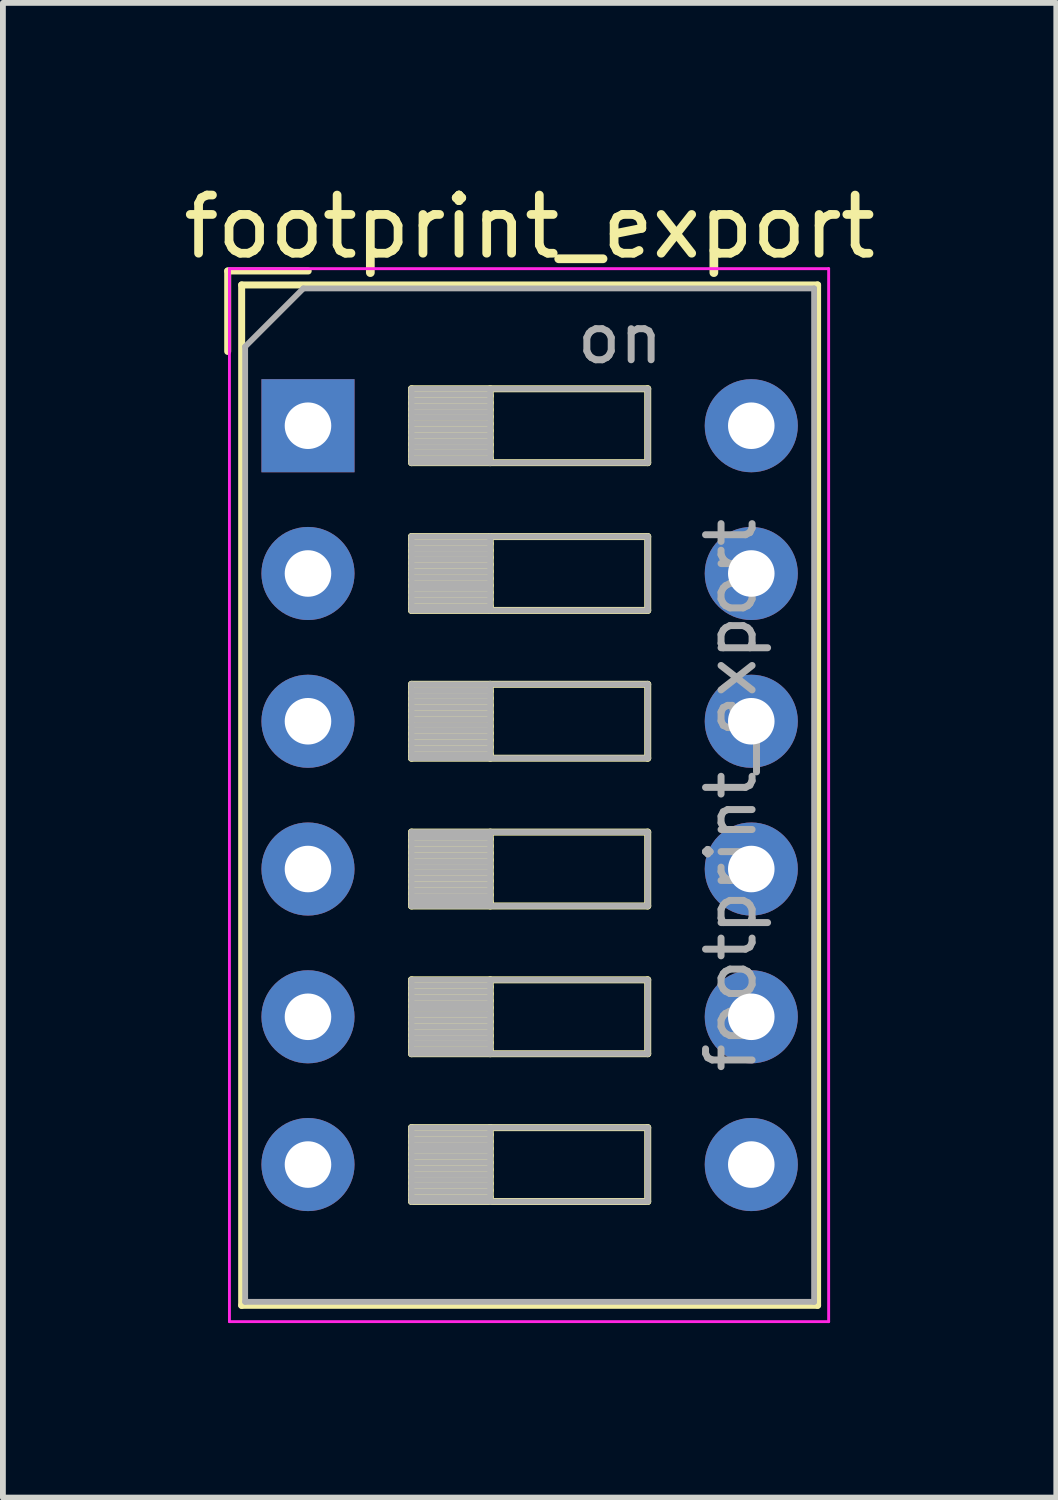
<source format=kicad_pcb>
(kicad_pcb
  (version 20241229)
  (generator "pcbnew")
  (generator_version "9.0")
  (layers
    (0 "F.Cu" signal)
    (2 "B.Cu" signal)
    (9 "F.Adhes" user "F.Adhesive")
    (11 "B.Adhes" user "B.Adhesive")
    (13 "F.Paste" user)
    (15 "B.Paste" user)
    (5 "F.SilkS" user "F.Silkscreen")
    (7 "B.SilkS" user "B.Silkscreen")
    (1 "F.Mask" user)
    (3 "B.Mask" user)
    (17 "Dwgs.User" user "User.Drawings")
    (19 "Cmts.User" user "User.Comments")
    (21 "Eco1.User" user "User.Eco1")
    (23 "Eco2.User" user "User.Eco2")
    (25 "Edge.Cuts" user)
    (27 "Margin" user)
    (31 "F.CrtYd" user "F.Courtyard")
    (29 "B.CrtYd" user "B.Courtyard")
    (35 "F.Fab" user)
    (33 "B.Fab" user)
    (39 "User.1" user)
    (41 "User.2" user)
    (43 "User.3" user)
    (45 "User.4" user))
  (footprint "footprint_export"
    (layer "F.Cu")
    (at 2.244 4.268)
    (property "Reference" "footprint_export" (at 3.81 -3.42 0) (layer "F.SilkS") (effects (font (size 1 1) (thickness 0.15))))
    (attr through_hole)
    (fp_line (start -1.38 -2.66) (end -1.38 -1.277) (stroke (width 0.12) (type solid)) (layer "F.SilkS"))
    (fp_line (start -1.38 -2.66) (end 0.004 -2.66) (stroke (width 0.12) (type solid)) (layer "F.SilkS"))
    (fp_line (start -1.14 -2.42) (end -1.14 15.12) (stroke (width 0.12) (type solid)) (layer "F.SilkS"))
    (fp_line (start -1.14 -2.42) (end 8.76 -2.42) (stroke (width 0.12) (type solid)) (layer "F.SilkS"))
    (fp_line (start -1.14 15.12) (end 8.76 15.12) (stroke (width 0.12) (type solid)) (layer "F.SilkS"))
    (fp_line (start 1.78 -0.635) (end 1.78 0.635) (stroke (width 0.12) (type solid)) (layer "F.SilkS"))
    (fp_line (start 1.78 -0.515) (end 3.133 -0.515) (stroke (width 0.12) (type solid)) (layer "F.SilkS"))
    (fp_line (start 1.78 -0.395) (end 3.133 -0.395) (stroke (width 0.12) (type solid)) (layer "F.SilkS"))
    (fp_line (start 1.78 -0.275) (end 3.133 -0.275) (stroke (width 0.12) (type solid)) (layer "F.SilkS"))
    (fp_line (start 1.78 -0.155) (end 3.133 -0.155) (stroke (width 0.12) (type solid)) (layer "F.SilkS"))
    (fp_line (start 1.78 -0.035) (end 3.133 -0.035) (stroke (width 0.12) (type solid)) (layer "F.SilkS"))
    (fp_line (start 1.78 0.085) (end 3.133 0.085) (stroke (width 0.12) (type solid)) (layer "F.SilkS"))
    (fp_line (start 1.78 0.205) (end 3.133 0.205) (stroke (width 0.12) (type solid)) (layer "F.SilkS"))
    (fp_line (start 1.78 0.325) (end 3.133 0.325) (stroke (width 0.12) (type solid)) (layer "F.SilkS"))
    (fp_line (start 1.78 0.445) (end 3.133 0.445) (stroke (width 0.12) (type solid)) (layer "F.SilkS"))
    (fp_line (start 1.78 0.565) (end 3.133 0.565) (stroke (width 0.12) (type solid)) (layer "F.SilkS"))
    (fp_line (start 1.78 0.635) (end 5.84 0.635) (stroke (width 0.12) (type solid)) (layer "F.SilkS"))
    (fp_line (start 1.78 1.905) (end 1.78 3.175) (stroke (width 0.12) (type solid)) (layer "F.SilkS"))
    (fp_line (start 1.78 2.025) (end 3.133 2.025) (stroke (width 0.12) (type solid)) (layer "F.SilkS"))
    (fp_line (start 1.78 2.145) (end 3.133 2.145) (stroke (width 0.12) (type solid)) (layer "F.SilkS"))
    (fp_line (start 1.78 2.265) (end 3.133 2.265) (stroke (width 0.12) (type solid)) (layer "F.SilkS"))
    (fp_line (start 1.78 2.385) (end 3.133 2.385) (stroke (width 0.12) (type solid)) (layer "F.SilkS"))
    (fp_line (start 1.78 2.505) (end 3.133 2.505) (stroke (width 0.12) (type solid)) (layer "F.SilkS"))
    (fp_line (start 1.78 2.625) (end 3.133 2.625) (stroke (width 0.12) (type solid)) (layer "F.SilkS"))
    (fp_line (start 1.78 2.745) (end 3.133 2.745) (stroke (width 0.12) (type solid)) (layer "F.SilkS"))
    (fp_line (start 1.78 2.865) (end 3.133 2.865) (stroke (width 0.12) (type solid)) (layer "F.SilkS"))
    (fp_line (start 1.78 2.985) (end 3.133 2.985) (stroke (width 0.12) (type solid)) (layer "F.SilkS"))
    (fp_line (start 1.78 3.105) (end 3.133 3.105) (stroke (width 0.12) (type solid)) (layer "F.SilkS"))
    (fp_line (start 1.78 3.175) (end 5.84 3.175) (stroke (width 0.12) (type solid)) (layer "F.SilkS"))
    (fp_line (start 1.78 4.445) (end 1.78 5.715) (stroke (width 0.12) (type solid)) (layer "F.SilkS"))
    (fp_line (start 1.78 4.565) (end 3.133 4.565) (stroke (width 0.12) (type solid)) (layer "F.SilkS"))
    (fp_line (start 1.78 4.685) (end 3.133 4.685) (stroke (width 0.12) (type solid)) (layer "F.SilkS"))
    (fp_line (start 1.78 4.805) (end 3.133 4.805) (stroke (width 0.12) (type solid)) (layer "F.SilkS"))
    (fp_line (start 1.78 4.925) (end 3.133 4.925) (stroke (width 0.12) (type solid)) (layer "F.SilkS"))
    (fp_line (start 1.78 5.045) (end 3.133 5.045) (stroke (width 0.12) (type solid)) (layer "F.SilkS"))
    (fp_line (start 1.78 5.165) (end 3.133 5.165) (stroke (width 0.12) (type solid)) (layer "F.SilkS"))
    (fp_line (start 1.78 5.285) (end 3.133 5.285) (stroke (width 0.12) (type solid)) (layer "F.SilkS"))
    (fp_line (start 1.78 5.405) (end 3.133 5.405) (stroke (width 0.12) (type solid)) (layer "F.SilkS"))
    (fp_line (start 1.78 5.525) (end 3.133 5.525) (stroke (width 0.12) (type solid)) (layer "F.SilkS"))
    (fp_line (start 1.78 5.645) (end 3.133 5.645) (stroke (width 0.12) (type solid)) (layer "F.SilkS"))
    (fp_line (start 1.78 5.715) (end 5.84 5.715) (stroke (width 0.12) (type solid)) (layer "F.SilkS"))
    (fp_line (start 1.78 6.985) (end 1.78 8.255) (stroke (width 0.12) (type solid)) (layer "F.SilkS"))
    (fp_line (start 1.78 7.105) (end 3.133 7.105) (stroke (width 0.12) (type solid)) (layer "F.SilkS"))
    (fp_line (start 1.78 7.225) (end 3.133 7.225) (stroke (width 0.12) (type solid)) (layer "F.SilkS"))
    (fp_line (start 1.78 7.345) (end 3.133 7.345) (stroke (width 0.12) (type solid)) (layer "F.SilkS"))
    (fp_line (start 1.78 7.465) (end 3.133 7.465) (stroke (width 0.12) (type solid)) (layer "F.SilkS"))
    (fp_line (start 1.78 7.585) (end 3.133 7.585) (stroke (width 0.12) (type solid)) (layer "F.SilkS"))
    (fp_line (start 1.78 7.705) (end 3.133 7.705) (stroke (width 0.12) (type solid)) (layer "F.SilkS"))
    (fp_line (start 1.78 7.825) (end 3.133 7.825) (stroke (width 0.12) (type solid)) (layer "F.SilkS"))
    (fp_line (start 1.78 7.945) (end 3.133 7.945) (stroke (width 0.12) (type solid)) (layer "F.SilkS"))
    (fp_line (start 1.78 8.065) (end 3.133 8.065) (stroke (width 0.12) (type solid)) (layer "F.SilkS"))
    (fp_line (start 1.78 8.185) (end 3.133 8.185) (stroke (width 0.12) (type solid)) (layer "F.SilkS"))
    (fp_line (start 1.78 8.255) (end 5.84 8.255) (stroke (width 0.12) (type solid)) (layer "F.SilkS"))
    (fp_line (start 1.78 9.525) (end 1.78 10.795) (stroke (width 0.12) (type solid)) (layer "F.SilkS"))
    (fp_line (start 1.78 9.645) (end 3.133 9.645) (stroke (width 0.12) (type solid)) (layer "F.SilkS"))
    (fp_line (start 1.78 9.765) (end 3.133 9.765) (stroke (width 0.12) (type solid)) (layer "F.SilkS"))
    (fp_line (start 1.78 9.885) (end 3.133 9.885) (stroke (width 0.12) (type solid)) (layer "F.SilkS"))
    (fp_line (start 1.78 10.005) (end 3.133 10.005) (stroke (width 0.12) (type solid)) (layer "F.SilkS"))
    (fp_line (start 1.78 10.125) (end 3.133 10.125) (stroke (width 0.12) (type solid)) (layer "F.SilkS"))
    (fp_line (start 1.78 10.245) (end 3.133 10.245) (stroke (width 0.12) (type solid)) (layer "F.SilkS"))
    (fp_line (start 1.78 10.365) (end 3.133 10.365) (stroke (width 0.12) (type solid)) (layer "F.SilkS"))
    (fp_line (start 1.78 10.485) (end 3.133 10.485) (stroke (width 0.12) (type solid)) (layer "F.SilkS"))
    (fp_line (start 1.78 10.605) (end 3.133 10.605) (stroke (width 0.12) (type solid)) (layer "F.SilkS"))
    (fp_line (start 1.78 10.725) (end 3.133 10.725) (stroke (width 0.12) (type solid)) (layer "F.SilkS"))
    (fp_line (start 1.78 10.795) (end 5.84 10.795) (stroke (width 0.12) (type solid)) (layer "F.SilkS"))
    (fp_line (start 1.78 12.065) (end 1.78 13.335) (stroke (width 0.12) (type solid)) (layer "F.SilkS"))
    (fp_line (start 1.78 12.185) (end 3.133 12.185) (stroke (width 0.12) (type solid)) (layer "F.SilkS"))
    (fp_line (start 1.78 12.305) (end 3.133 12.305) (stroke (width 0.12) (type solid)) (layer "F.SilkS"))
    (fp_line (start 1.78 12.425) (end 3.133 12.425) (stroke (width 0.12) (type solid)) (layer "F.SilkS"))
    (fp_line (start 1.78 12.545) (end 3.133 12.545) (stroke (width 0.12) (type solid)) (layer "F.SilkS"))
    (fp_line (start 1.78 12.665) (end 3.133 12.665) (stroke (width 0.12) (type solid)) (layer "F.SilkS"))
    (fp_line (start 1.78 12.785) (end 3.133 12.785) (stroke (width 0.12) (type solid)) (layer "F.SilkS"))
    (fp_line (start 1.78 12.905) (end 3.133 12.905) (stroke (width 0.12) (type solid)) (layer "F.SilkS"))
    (fp_line (start 1.78 13.025) (end 3.133 13.025) (stroke (width 0.12) (type solid)) (layer "F.SilkS"))
    (fp_line (start 1.78 13.145) (end 3.133 13.145) (stroke (width 0.12) (type solid)) (layer "F.SilkS"))
    (fp_line (start 1.78 13.265) (end 3.133 13.265) (stroke (width 0.12) (type solid)) (layer "F.SilkS"))
    (fp_line (start 1.78 13.335) (end 5.84 13.335) (stroke (width 0.12) (type solid)) (layer "F.SilkS"))
    (fp_line (start 3.133 -0.635) (end 3.133 0.635) (stroke (width 0.12) (type solid)) (layer "F.SilkS"))
    (fp_line (start 3.133 1.905) (end 3.133 3.175) (stroke (width 0.12) (type solid)) (layer "F.SilkS"))
    (fp_line (start 3.133 4.445) (end 3.133 5.715) (stroke (width 0.12) (type solid)) (layer "F.SilkS"))
    (fp_line (start 3.133 6.985) (end 3.133 8.255) (stroke (width 0.12) (type solid)) (layer "F.SilkS"))
    (fp_line (start 3.133 9.525) (end 3.133 10.795) (stroke (width 0.12) (type solid)) (layer "F.SilkS"))
    (fp_line (start 3.133 12.065) (end 3.133 13.335) (stroke (width 0.12) (type solid)) (layer "F.SilkS"))
    (fp_line (start 5.84 -0.635) (end 1.78 -0.635) (stroke (width 0.12) (type solid)) (layer "F.SilkS"))
    (fp_line (start 5.84 0.635) (end 5.84 -0.635) (stroke (width 0.12) (type solid)) (layer "F.SilkS"))
    (fp_line (start 5.84 1.905) (end 1.78 1.905) (stroke (width 0.12) (type solid)) (layer "F.SilkS"))
    (fp_line (start 5.84 3.175) (end 5.84 1.905) (stroke (width 0.12) (type solid)) (layer "F.SilkS"))
    (fp_line (start 5.84 4.445) (end 1.78 4.445) (stroke (width 0.12) (type solid)) (layer "F.SilkS"))
    (fp_line (start 5.84 5.715) (end 5.84 4.445) (stroke (width 0.12) (type solid)) (layer "F.SilkS"))
    (fp_line (start 5.84 6.985) (end 1.78 6.985) (stroke (width 0.12) (type solid)) (layer "F.SilkS"))
    (fp_line (start 5.84 8.255) (end 5.84 6.985) (stroke (width 0.12) (type solid)) (layer "F.SilkS"))
    (fp_line (start 5.84 9.525) (end 1.78 9.525) (stroke (width 0.12) (type solid)) (layer "F.SilkS"))
    (fp_line (start 5.84 10.795) (end 5.84 9.525) (stroke (width 0.12) (type solid)) (layer "F.SilkS"))
    (fp_line (start 5.84 12.065) (end 1.78 12.065) (stroke (width 0.12) (type solid)) (layer "F.SilkS"))
    (fp_line (start 5.84 13.335) (end 5.84 12.065) (stroke (width 0.12) (type solid)) (layer "F.SilkS"))
    (fp_line (start 8.76 -2.42) (end 8.76 15.12) (stroke (width 0.12) (type solid)) (layer "F.SilkS"))
    (fp_line (start -1.35 -2.7) (end -1.35 15.4) (stroke (width 0.05) (type solid)) (layer "F.CrtYd"))
    (fp_line (start -1.35 15.4) (end 8.95 15.4) (stroke (width 0.05) (type solid)) (layer "F.CrtYd"))
    (fp_line (start 8.95 -2.7) (end -1.35 -2.7) (stroke (width 0.05) (type solid)) (layer "F.CrtYd"))
    (fp_line (start 8.95 15.4) (end 8.95 -2.7) (stroke (width 0.05) (type solid)) (layer "F.CrtYd"))
    (fp_line (start -1.08 -1.36) (end -0.08 -2.36) (stroke (width 0.1) (type solid)) (layer "F.Fab"))
    (fp_line (start -1.08 15.06) (end -1.08 -1.36) (stroke (width 0.1) (type solid)) (layer "F.Fab"))
    (fp_line (start -0.08 -2.36) (end 8.7 -2.36) (stroke (width 0.1) (type solid)) (layer "F.Fab"))
    (fp_line (start 1.78 -0.635) (end 1.78 0.635) (stroke (width 0.1) (type solid)) (layer "F.Fab"))
    (fp_line (start 1.78 -0.535) (end 3.133 -0.535) (stroke (width 0.1) (type solid)) (layer "F.Fab"))
    (fp_line (start 1.78 -0.435) (end 3.133 -0.435) (stroke (width 0.1) (type solid)) (layer "F.Fab"))
    (fp_line (start 1.78 -0.335) (end 3.133 -0.335) (stroke (width 0.1) (type solid)) (layer "F.Fab"))
    (fp_line (start 1.78 -0.235) (end 3.133 -0.235) (stroke (width 0.1) (type solid)) (layer "F.Fab"))
    (fp_line (start 1.78 -0.135) (end 3.133 -0.135) (stroke (width 0.1) (type solid)) (layer "F.Fab"))
    (fp_line (start 1.78 -0.035) (end 3.133 -0.035) (stroke (width 0.1) (type solid)) (layer "F.Fab"))
    (fp_line (start 1.78 0.065) (end 3.133 0.065) (stroke (width 0.1) (type solid)) (layer "F.Fab"))
    (fp_line (start 1.78 0.165) (end 3.133 0.165) (stroke (width 0.1) (type solid)) (layer "F.Fab"))
    (fp_line (start 1.78 0.265) (end 3.133 0.265) (stroke (width 0.1) (type solid)) (layer "F.Fab"))
    (fp_line (start 1.78 0.365) (end 3.133 0.365) (stroke (width 0.1) (type solid)) (layer "F.Fab"))
    (fp_line (start 1.78 0.465) (end 3.133 0.465) (stroke (width 0.1) (type solid)) (layer "F.Fab"))
    (fp_line (start 1.78 0.565) (end 3.133 0.565) (stroke (width 0.1) (type solid)) (layer "F.Fab"))
    (fp_line (start 1.78 0.635) (end 5.84 0.635) (stroke (width 0.1) (type solid)) (layer "F.Fab"))
    (fp_line (start 1.78 1.905) (end 1.78 3.175) (stroke (width 0.1) (type solid)) (layer "F.Fab"))
    (fp_line (start 1.78 2.005) (end 3.133 2.005) (stroke (width 0.1) (type solid)) (layer "F.Fab"))
    (fp_line (start 1.78 2.105) (end 3.133 2.105) (stroke (width 0.1) (type solid)) (layer "F.Fab"))
    (fp_line (start 1.78 2.205) (end 3.133 2.205) (stroke (width 0.1) (type solid)) (layer "F.Fab"))
    (fp_line (start 1.78 2.305) (end 3.133 2.305) (stroke (width 0.1) (type solid)) (layer "F.Fab"))
    (fp_line (start 1.78 2.405) (end 3.133 2.405) (stroke (width 0.1) (type solid)) (layer "F.Fab"))
    (fp_line (start 1.78 2.505) (end 3.133 2.505) (stroke (width 0.1) (type solid)) (layer "F.Fab"))
    (fp_line (start 1.78 2.605) (end 3.133 2.605) (stroke (width 0.1) (type solid)) (layer "F.Fab"))
    (fp_line (start 1.78 2.705) (end 3.133 2.705) (stroke (width 0.1) (type solid)) (layer "F.Fab"))
    (fp_line (start 1.78 2.805) (end 3.133 2.805) (stroke (width 0.1) (type solid)) (layer "F.Fab"))
    (fp_line (start 1.78 2.905) (end 3.133 2.905) (stroke (width 0.1) (type solid)) (layer "F.Fab"))
    (fp_line (start 1.78 3.005) (end 3.133 3.005) (stroke (width 0.1) (type solid)) (layer "F.Fab"))
    (fp_line (start 1.78 3.105) (end 3.133 3.105) (stroke (width 0.1) (type solid)) (layer "F.Fab"))
    (fp_line (start 1.78 3.175) (end 5.84 3.175) (stroke (width 0.1) (type solid)) (layer "F.Fab"))
    (fp_line (start 1.78 4.445) (end 1.78 5.715) (stroke (width 0.1) (type solid)) (layer "F.Fab"))
    (fp_line (start 1.78 4.545) (end 3.133 4.545) (stroke (width 0.1) (type solid)) (layer "F.Fab"))
    (fp_line (start 1.78 4.645) (end 3.133 4.645) (stroke (width 0.1) (type solid)) (layer "F.Fab"))
    (fp_line (start 1.78 4.745) (end 3.133 4.745) (stroke (width 0.1) (type solid)) (layer "F.Fab"))
    (fp_line (start 1.78 4.845) (end 3.133 4.845) (stroke (width 0.1) (type solid)) (layer "F.Fab"))
    (fp_line (start 1.78 4.945) (end 3.133 4.945) (stroke (width 0.1) (type solid)) (layer "F.Fab"))
    (fp_line (start 1.78 5.045) (end 3.133 5.045) (stroke (width 0.1) (type solid)) (layer "F.Fab"))
    (fp_line (start 1.78 5.145) (end 3.133 5.145) (stroke (width 0.1) (type solid)) (layer "F.Fab"))
    (fp_line (start 1.78 5.245) (end 3.133 5.245) (stroke (width 0.1) (type solid)) (layer "F.Fab"))
    (fp_line (start 1.78 5.345) (end 3.133 5.345) (stroke (width 0.1) (type solid)) (layer "F.Fab"))
    (fp_line (start 1.78 5.445) (end 3.133 5.445) (stroke (width 0.1) (type solid)) (layer "F.Fab"))
    (fp_line (start 1.78 5.545) (end 3.133 5.545) (stroke (width 0.1) (type solid)) (layer "F.Fab"))
    (fp_line (start 1.78 5.645) (end 3.133 5.645) (stroke (width 0.1) (type solid)) (layer "F.Fab"))
    (fp_line (start 1.78 5.715) (end 5.84 5.715) (stroke (width 0.1) (type solid)) (layer "F.Fab"))
    (fp_line (start 1.78 6.985) (end 1.78 8.255) (stroke (width 0.1) (type solid)) (layer "F.Fab"))
    (fp_line (start 1.78 7.085) (end 3.133 7.085) (stroke (width 0.1) (type solid)) (layer "F.Fab"))
    (fp_line (start 1.78 7.185) (end 3.133 7.185) (stroke (width 0.1) (type solid)) (layer "F.Fab"))
    (fp_line (start 1.78 7.285) (end 3.133 7.285) (stroke (width 0.1) (type solid)) (layer "F.Fab"))
    (fp_line (start 1.78 7.385) (end 3.133 7.385) (stroke (width 0.1) (type solid)) (layer "F.Fab"))
    (fp_line (start 1.78 7.485) (end 3.133 7.485) (stroke (width 0.1) (type solid)) (layer "F.Fab"))
    (fp_line (start 1.78 7.585) (end 3.133 7.585) (stroke (width 0.1) (type solid)) (layer "F.Fab"))
    (fp_line (start 1.78 7.685) (end 3.133 7.685) (stroke (width 0.1) (type solid)) (layer "F.Fab"))
    (fp_line (start 1.78 7.785) (end 3.133 7.785) (stroke (width 0.1) (type solid)) (layer "F.Fab"))
    (fp_line (start 1.78 7.885) (end 3.133 7.885) (stroke (width 0.1) (type solid)) (layer "F.Fab"))
    (fp_line (start 1.78 7.985) (end 3.133 7.985) (stroke (width 0.1) (type solid)) (layer "F.Fab"))
    (fp_line (start 1.78 8.085) (end 3.133 8.085) (stroke (width 0.1) (type solid)) (layer "F.Fab"))
    (fp_line (start 1.78 8.185) (end 3.133 8.185) (stroke (width 0.1) (type solid)) (layer "F.Fab"))
    (fp_line (start 1.78 8.255) (end 5.84 8.255) (stroke (width 0.1) (type solid)) (layer "F.Fab"))
    (fp_line (start 1.78 9.525) (end 1.78 10.795) (stroke (width 0.1) (type solid)) (layer "F.Fab"))
    (fp_line (start 1.78 9.625) (end 3.133 9.625) (stroke (width 0.1) (type solid)) (layer "F.Fab"))
    (fp_line (start 1.78 9.725) (end 3.133 9.725) (stroke (width 0.1) (type solid)) (layer "F.Fab"))
    (fp_line (start 1.78 9.825) (end 3.133 9.825) (stroke (width 0.1) (type solid)) (layer "F.Fab"))
    (fp_line (start 1.78 9.925) (end 3.133 9.925) (stroke (width 0.1) (type solid)) (layer "F.Fab"))
    (fp_line (start 1.78 10.025) (end 3.133 10.025) (stroke (width 0.1) (type solid)) (layer "F.Fab"))
    (fp_line (start 1.78 10.125) (end 3.133 10.125) (stroke (width 0.1) (type solid)) (layer "F.Fab"))
    (fp_line (start 1.78 10.225) (end 3.133 10.225) (stroke (width 0.1) (type solid)) (layer "F.Fab"))
    (fp_line (start 1.78 10.325) (end 3.133 10.325) (stroke (width 0.1) (type solid)) (layer "F.Fab"))
    (fp_line (start 1.78 10.425) (end 3.133 10.425) (stroke (width 0.1) (type solid)) (layer "F.Fab"))
    (fp_line (start 1.78 10.525) (end 3.133 10.525) (stroke (width 0.1) (type solid)) (layer "F.Fab"))
    (fp_line (start 1.78 10.625) (end 3.133 10.625) (stroke (width 0.1) (type solid)) (layer "F.Fab"))
    (fp_line (start 1.78 10.725) (end 3.133 10.725) (stroke (width 0.1) (type solid)) (layer "F.Fab"))
    (fp_line (start 1.78 10.795) (end 5.84 10.795) (stroke (width 0.1) (type solid)) (layer "F.Fab"))
    (fp_line (start 1.78 12.065) (end 1.78 13.335) (stroke (width 0.1) (type solid)) (layer "F.Fab"))
    (fp_line (start 1.78 12.165) (end 3.133 12.165) (stroke (width 0.1) (type solid)) (layer "F.Fab"))
    (fp_line (start 1.78 12.265) (end 3.133 12.265) (stroke (width 0.1) (type solid)) (layer "F.Fab"))
    (fp_line (start 1.78 12.365) (end 3.133 12.365) (stroke (width 0.1) (type solid)) (layer "F.Fab"))
    (fp_line (start 1.78 12.465) (end 3.133 12.465) (stroke (width 0.1) (type solid)) (layer "F.Fab"))
    (fp_line (start 1.78 12.565) (end 3.133 12.565) (stroke (width 0.1) (type solid)) (layer "F.Fab"))
    (fp_line (start 1.78 12.665) (end 3.133 12.665) (stroke (width 0.1) (type solid)) (layer "F.Fab"))
    (fp_line (start 1.78 12.765) (end 3.133 12.765) (stroke (width 0.1) (type solid)) (layer "F.Fab"))
    (fp_line (start 1.78 12.865) (end 3.133 12.865) (stroke (width 0.1) (type solid)) (layer "F.Fab"))
    (fp_line (start 1.78 12.965) (end 3.133 12.965) (stroke (width 0.1) (type solid)) (layer "F.Fab"))
    (fp_line (start 1.78 13.065) (end 3.133 13.065) (stroke (width 0.1) (type solid)) (layer "F.Fab"))
    (fp_line (start 1.78 13.165) (end 3.133 13.165) (stroke (width 0.1) (type solid)) (layer "F.Fab"))
    (fp_line (start 1.78 13.265) (end 3.133 13.265) (stroke (width 0.1) (type solid)) (layer "F.Fab"))
    (fp_line (start 1.78 13.335) (end 5.84 13.335) (stroke (width 0.1) (type solid)) (layer "F.Fab"))
    (fp_line (start 3.133 -0.635) (end 3.133 0.635) (stroke (width 0.1) (type solid)) (layer "F.Fab"))
    (fp_line (start 3.133 1.905) (end 3.133 3.175) (stroke (width 0.1) (type solid)) (layer "F.Fab"))
    (fp_line (start 3.133 4.445) (end 3.133 5.715) (stroke (width 0.1) (type solid)) (layer "F.Fab"))
    (fp_line (start 3.133 6.985) (end 3.133 8.255) (stroke (width 0.1) (type solid)) (layer "F.Fab"))
    (fp_line (start 3.133 9.525) (end 3.133 10.795) (stroke (width 0.1) (type solid)) (layer "F.Fab"))
    (fp_line (start 3.133 12.065) (end 3.133 13.335) (stroke (width 0.1) (type solid)) (layer "F.Fab"))
    (fp_line (start 5.84 -0.635) (end 1.78 -0.635) (stroke (width 0.1) (type solid)) (layer "F.Fab"))
    (fp_line (start 5.84 0.635) (end 5.84 -0.635) (stroke (width 0.1) (type solid)) (layer "F.Fab"))
    (fp_line (start 5.84 1.905) (end 1.78 1.905) (stroke (width 0.1) (type solid)) (layer "F.Fab"))
    (fp_line (start 5.84 3.175) (end 5.84 1.905) (stroke (width 0.1) (type solid)) (layer "F.Fab"))
    (fp_line (start 5.84 4.445) (end 1.78 4.445) (stroke (width 0.1) (type solid)) (layer "F.Fab"))
    (fp_line (start 5.84 5.715) (end 5.84 4.445) (stroke (width 0.1) (type solid)) (layer "F.Fab"))
    (fp_line (start 5.84 6.985) (end 1.78 6.985) (stroke (width 0.1) (type solid)) (layer "F.Fab"))
    (fp_line (start 5.84 8.255) (end 5.84 6.985) (stroke (width 0.1) (type solid)) (layer "F.Fab"))
    (fp_line (start 5.84 9.525) (end 1.78 9.525) (stroke (width 0.1) (type solid)) (layer "F.Fab"))
    (fp_line (start 5.84 10.795) (end 5.84 9.525) (stroke (width 0.1) (type solid)) (layer "F.Fab"))
    (fp_line (start 5.84 12.065) (end 1.78 12.065) (stroke (width 0.1) (type solid)) (layer "F.Fab"))
    (fp_line (start 5.84 13.335) (end 5.84 12.065) (stroke (width 0.1) (type solid)) (layer "F.Fab"))
    (fp_line (start 8.7 -2.36) (end 8.7 15.06) (stroke (width 0.1) (type solid)) (layer "F.Fab"))
    (fp_line (start 8.7 15.06) (end -1.08 15.06) (stroke (width 0.1) (type solid)) (layer "F.Fab"))
    (fp_text user "on" (at 5.365 -1.498 0) (layer "F.Fab") (effects (font (size 0.8 0.8) (thickness 0.12))))
    (fp_text user "${REFERENCE}" (at 7.27 6.35 90) (layer "F.Fab") (effects (font (size 0.8 0.8) (thickness 0.12))))
    (pad "1" thru_hole rect (at 0 0) (size 1.6 1.6) (drill 0.8) (layers "*.Cu" "*.Mask"))
    (pad "2" thru_hole oval (at 0 2.54) (size 1.6 1.6) (drill 0.8) (layers "*.Cu" "*.Mask"))
    (pad "3" thru_hole oval (at 0 5.08) (size 1.6 1.6) (drill 0.8) (layers "*.Cu" "*.Mask"))
    (pad "4" thru_hole oval (at 0 7.62) (size 1.6 1.6) (drill 0.8) (layers "*.Cu" "*.Mask"))
    (pad "5" thru_hole oval (at 0 10.16) (size 1.6 1.6) (drill 0.8) (layers "*.Cu" "*.Mask"))
    (pad "6" thru_hole oval (at 0 12.7) (size 1.6 1.6) (drill 0.8) (layers "*.Cu" "*.Mask"))
    (pad "7" thru_hole oval (at 7.62 12.7) (size 1.6 1.6) (drill 0.8) (layers "*.Cu" "*.Mask"))
    (pad "8" thru_hole oval (at 7.62 10.16) (size 1.6 1.6) (drill 0.8) (layers "*.Cu" "*.Mask"))
    (pad "9" thru_hole oval (at 7.62 7.62) (size 1.6 1.6) (drill 0.8) (layers "*.Cu" "*.Mask"))
    (pad "10" thru_hole oval (at 7.62 5.08) (size 1.6 1.6) (drill 0.8) (layers "*.Cu" "*.Mask"))
    (pad "11" thru_hole oval (at 7.62 2.54) (size 1.6 1.6) (drill 0.8) (layers "*.Cu" "*.Mask"))
    (pad "12" thru_hole oval (at 7.62 0) (size 1.6 1.6) (drill 0.8) (layers "*.Cu" "*.Mask")))
  (gr_rect
    (start -3 -3)
    (end 15.107 22.693)
    (stroke (width 0.1) (type default))
    (fill no)
    (layer "Edge.Cuts")))
</source>
